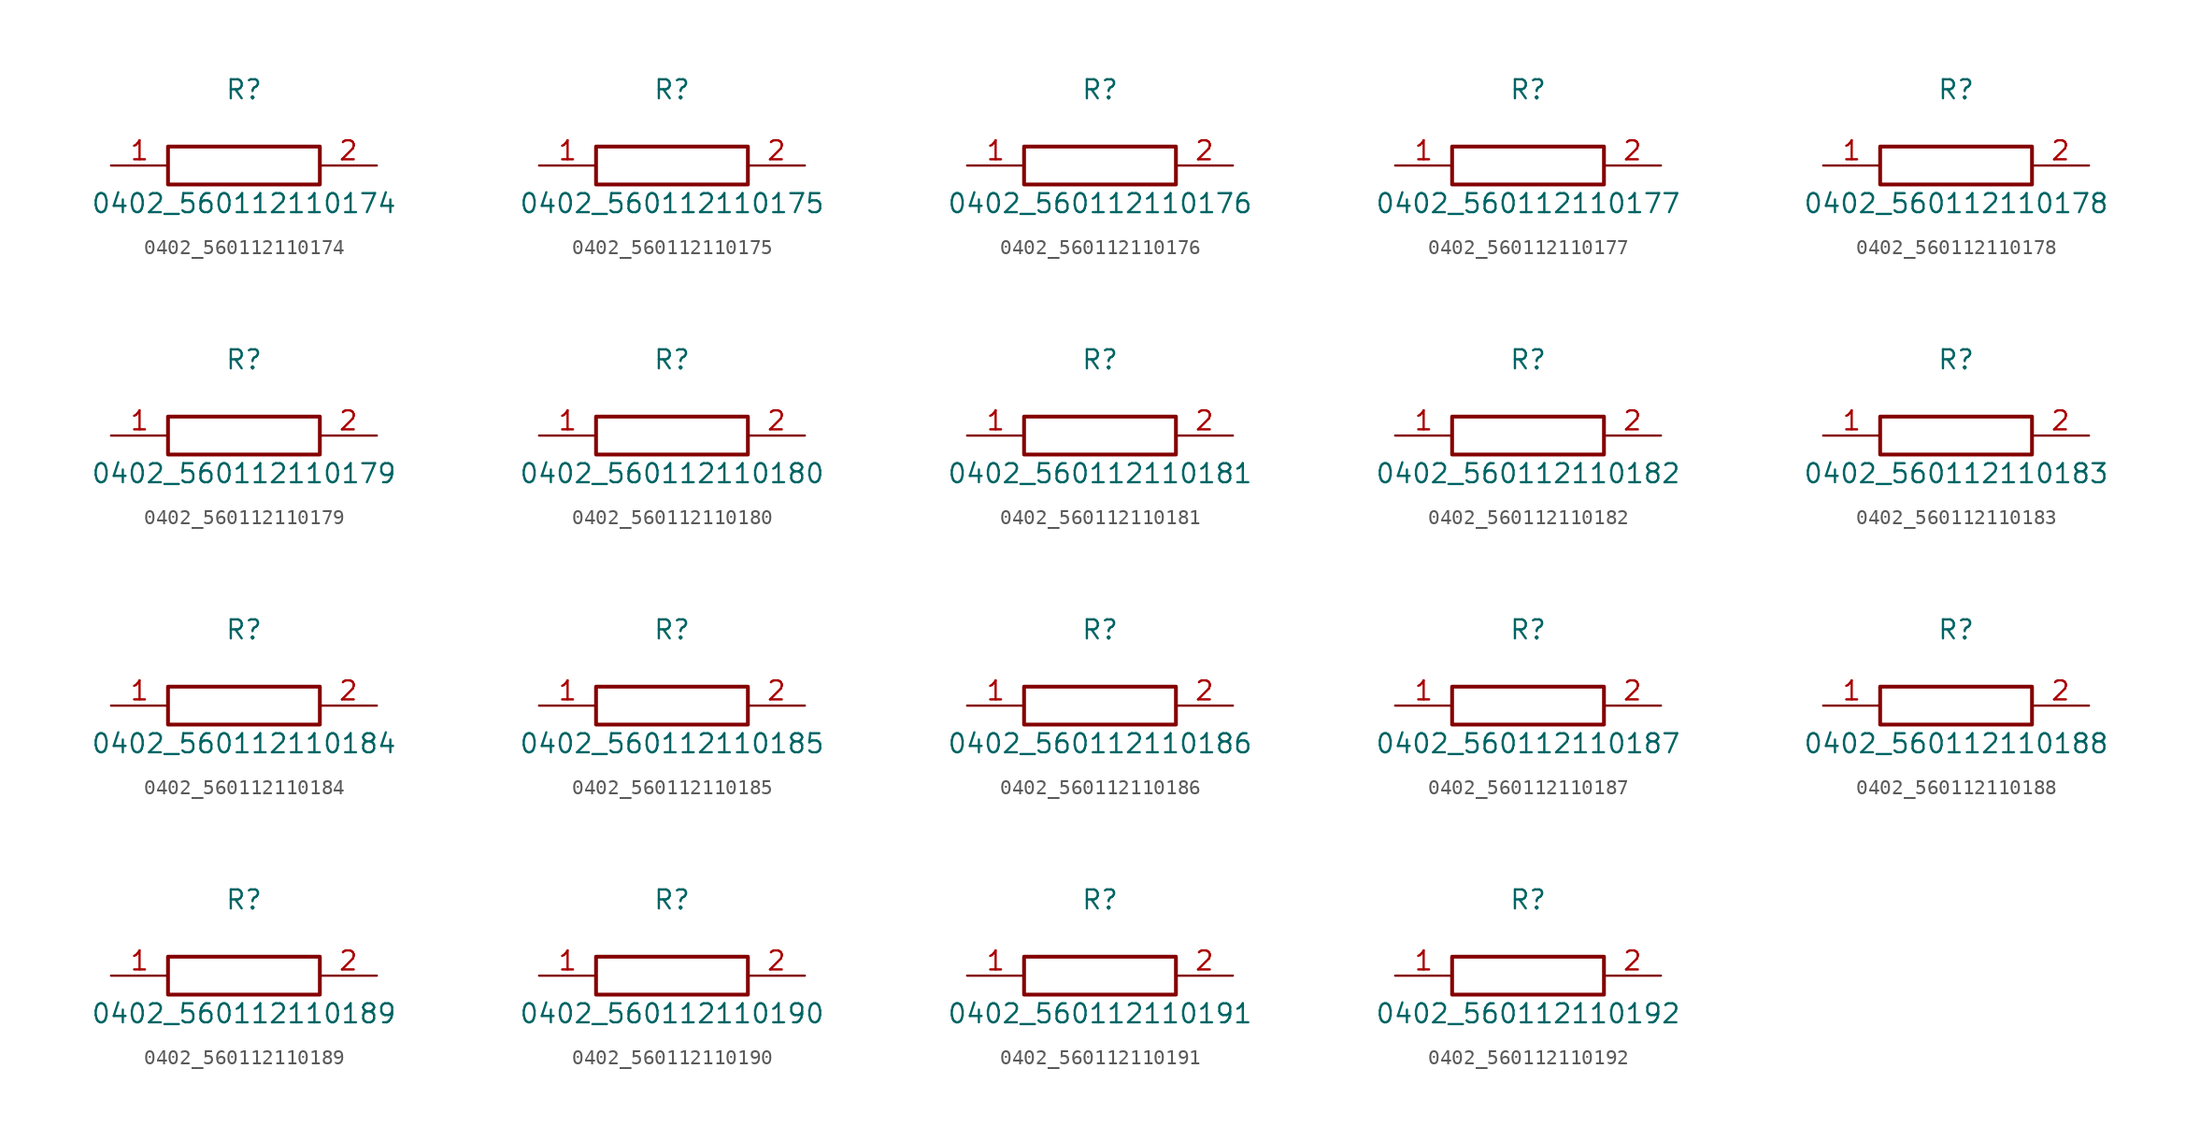
<source format=kicad_sym>
(kicad_symbol_lib
  (version 20211014)
  (generator kicad_symbol_editor)
  (symbol "Resistor_Wurth_WRIS-RSKS:0402_560112110174"
    (pin_names hide)
    (property "Reference" "R"
      (at 0 5.08 0)
      (effects (font (size 1.27 1.27))))
    (property "Value" "0402_560112110174"
      (at 0 -2.54 0)
      (effects (font (size 1.27 1.27))))
    (symbol "0402_560112110174_0_1"
      (rectangle (start -5.08 1.27) (end 5.08 -1.27) (stroke (width 0.254) (type solid)) (fill (type none)))
      (pin passive line (at -8.89 0 0) (length 3.81) (name "1" (effects (font (size 1.27 1.27)))) (number "1" (effects (font (size 1.27 1.27)))))
      (pin passive line (at 8.89 0 180) (length 3.81) (name "2" (effects (font (size 1.27 1.27)))) (number "2" (effects (font (size 1.27 1.27)))))))
  (symbol "Resistor_Wurth_WRIS-RSKS:0402_560112110175"
    (pin_names hide)
    (property "Reference" "R"
      (at 0 5.08 0)
      (effects (font (size 1.27 1.27))))
    (property "Value" "0402_560112110175"
      (at 0 -2.54 0)
      (effects (font (size 1.27 1.27))))
    (symbol "0402_560112110175_0_1"
      (rectangle (start -5.08 1.27) (end 5.08 -1.27) (stroke (width 0.254) (type solid)) (fill (type none)))
      (pin passive line (at -8.89 0 0) (length 3.81) (name "1" (effects (font (size 1.27 1.27)))) (number "1" (effects (font (size 1.27 1.27)))))
      (pin passive line (at 8.89 0 180) (length 3.81) (name "2" (effects (font (size 1.27 1.27)))) (number "2" (effects (font (size 1.27 1.27)))))))
  (symbol "Resistor_Wurth_WRIS-RSKS:0402_560112110176"
    (pin_names hide)
    (property "Reference" "R"
      (at 0 5.08 0)
      (effects (font (size 1.27 1.27))))
    (property "Value" "0402_560112110176"
      (at 0 -2.54 0)
      (effects (font (size 1.27 1.27))))
    (symbol "0402_560112110176_0_1"
      (rectangle (start -5.08 1.27) (end 5.08 -1.27) (stroke (width 0.254) (type solid)) (fill (type none)))
      (pin passive line (at -8.89 0 0) (length 3.81) (name "1" (effects (font (size 1.27 1.27)))) (number "1" (effects (font (size 1.27 1.27)))))
      (pin passive line (at 8.89 0 180) (length 3.81) (name "2" (effects (font (size 1.27 1.27)))) (number "2" (effects (font (size 1.27 1.27)))))))
  (symbol "Resistor_Wurth_WRIS-RSKS:0402_560112110177"
    (pin_names hide)
    (property "Reference" "R"
      (at 0 5.08 0)
      (effects (font (size 1.27 1.27))))
    (property "Value" "0402_560112110177"
      (at 0 -2.54 0)
      (effects (font (size 1.27 1.27))))
    (symbol "0402_560112110177_0_1"
      (rectangle (start -5.08 1.27) (end 5.08 -1.27) (stroke (width 0.254) (type solid)) (fill (type none)))
      (pin passive line (at -8.89 0 0) (length 3.81) (name "1" (effects (font (size 1.27 1.27)))) (number "1" (effects (font (size 1.27 1.27)))))
      (pin passive line (at 8.89 0 180) (length 3.81) (name "2" (effects (font (size 1.27 1.27)))) (number "2" (effects (font (size 1.27 1.27)))))))
  (symbol "Resistor_Wurth_WRIS-RSKS:0402_560112110178"
    (pin_names hide)
    (property "Reference" "R"
      (at 0 5.08 0)
      (effects (font (size 1.27 1.27))))
    (property "Value" "0402_560112110178"
      (at 0 -2.54 0)
      (effects (font (size 1.27 1.27))))
    (symbol "0402_560112110178_0_1"
      (rectangle (start -5.08 1.27) (end 5.08 -1.27) (stroke (width 0.254) (type solid)) (fill (type none)))
      (pin passive line (at -8.89 0 0) (length 3.81) (name "1" (effects (font (size 1.27 1.27)))) (number "1" (effects (font (size 1.27 1.27)))))
      (pin passive line (at 8.89 0 180) (length 3.81) (name "2" (effects (font (size 1.27 1.27)))) (number "2" (effects (font (size 1.27 1.27)))))))
  (symbol "Resistor_Wurth_WRIS-RSKS:0402_560112110179"
    (pin_names hide)
    (property "Reference" "R"
      (at 0 5.08 0)
      (effects (font (size 1.27 1.27))))
    (property "Value" "0402_560112110179"
      (at 0 -2.54 0)
      (effects (font (size 1.27 1.27))))
    (symbol "0402_560112110179_0_1"
      (rectangle (start -5.08 1.27) (end 5.08 -1.27) (stroke (width 0.254) (type solid)) (fill (type none)))
      (pin passive line (at -8.89 0 0) (length 3.81) (name "1" (effects (font (size 1.27 1.27)))) (number "1" (effects (font (size 1.27 1.27)))))
      (pin passive line (at 8.89 0 180) (length 3.81) (name "2" (effects (font (size 1.27 1.27)))) (number "2" (effects (font (size 1.27 1.27)))))))
  (symbol "Resistor_Wurth_WRIS-RSKS:0402_560112110180"
    (pin_names hide)
    (property "Reference" "R"
      (at 0 5.08 0)
      (effects (font (size 1.27 1.27))))
    (property "Value" "0402_560112110180"
      (at 0 -2.54 0)
      (effects (font (size 1.27 1.27))))
    (symbol "0402_560112110180_0_1"
      (rectangle (start -5.08 1.27) (end 5.08 -1.27) (stroke (width 0.254) (type solid)) (fill (type none)))
      (pin passive line (at -8.89 0 0) (length 3.81) (name "1" (effects (font (size 1.27 1.27)))) (number "1" (effects (font (size 1.27 1.27)))))
      (pin passive line (at 8.89 0 180) (length 3.81) (name "2" (effects (font (size 1.27 1.27)))) (number "2" (effects (font (size 1.27 1.27)))))))
  (symbol "Resistor_Wurth_WRIS-RSKS:0402_560112110181"
    (pin_names hide)
    (property "Reference" "R"
      (at 0 5.08 0)
      (effects (font (size 1.27 1.27))))
    (property "Value" "0402_560112110181"
      (at 0 -2.54 0)
      (effects (font (size 1.27 1.27))))
    (symbol "0402_560112110181_0_1"
      (rectangle (start -5.08 1.27) (end 5.08 -1.27) (stroke (width 0.254) (type solid)) (fill (type none)))
      (pin passive line (at -8.89 0 0) (length 3.81) (name "1" (effects (font (size 1.27 1.27)))) (number "1" (effects (font (size 1.27 1.27)))))
      (pin passive line (at 8.89 0 180) (length 3.81) (name "2" (effects (font (size 1.27 1.27)))) (number "2" (effects (font (size 1.27 1.27)))))))
  (symbol "Resistor_Wurth_WRIS-RSKS:0402_560112110182"
    (pin_names hide)
    (property "Reference" "R"
      (at 0 5.08 0)
      (effects (font (size 1.27 1.27))))
    (property "Value" "0402_560112110182"
      (at 0 -2.54 0)
      (effects (font (size 1.27 1.27))))
    (symbol "0402_560112110182_0_1"
      (rectangle (start -5.08 1.27) (end 5.08 -1.27) (stroke (width 0.254) (type solid)) (fill (type none)))
      (pin passive line (at -8.89 0 0) (length 3.81) (name "1" (effects (font (size 1.27 1.27)))) (number "1" (effects (font (size 1.27 1.27)))))
      (pin passive line (at 8.89 0 180) (length 3.81) (name "2" (effects (font (size 1.27 1.27)))) (number "2" (effects (font (size 1.27 1.27)))))))
  (symbol "Resistor_Wurth_WRIS-RSKS:0402_560112110183"
    (pin_names hide)
    (property "Reference" "R"
      (at 0 5.08 0)
      (effects (font (size 1.27 1.27))))
    (property "Value" "0402_560112110183"
      (at 0 -2.54 0)
      (effects (font (size 1.27 1.27))))
    (symbol "0402_560112110183_0_1"
      (rectangle (start -5.08 1.27) (end 5.08 -1.27) (stroke (width 0.254) (type solid)) (fill (type none)))
      (pin passive line (at -8.89 0 0) (length 3.81) (name "1" (effects (font (size 1.27 1.27)))) (number "1" (effects (font (size 1.27 1.27)))))
      (pin passive line (at 8.89 0 180) (length 3.81) (name "2" (effects (font (size 1.27 1.27)))) (number "2" (effects (font (size 1.27 1.27)))))))
  (symbol "Resistor_Wurth_WRIS-RSKS:0402_560112110184"
    (pin_names hide)
    (property "Reference" "R"
      (at 0 5.08 0)
      (effects (font (size 1.27 1.27))))
    (property "Value" "0402_560112110184"
      (at 0 -2.54 0)
      (effects (font (size 1.27 1.27))))
    (symbol "0402_560112110184_0_1"
      (rectangle (start -5.08 1.27) (end 5.08 -1.27) (stroke (width 0.254) (type solid)) (fill (type none)))
      (pin passive line (at -8.89 0 0) (length 3.81) (name "1" (effects (font (size 1.27 1.27)))) (number "1" (effects (font (size 1.27 1.27)))))
      (pin passive line (at 8.89 0 180) (length 3.81) (name "2" (effects (font (size 1.27 1.27)))) (number "2" (effects (font (size 1.27 1.27)))))))
  (symbol "Resistor_Wurth_WRIS-RSKS:0402_560112110185"
    (pin_names hide)
    (property "Reference" "R"
      (at 0 5.08 0)
      (effects (font (size 1.27 1.27))))
    (property "Value" "0402_560112110185"
      (at 0 -2.54 0)
      (effects (font (size 1.27 1.27))))
    (symbol "0402_560112110185_0_1"
      (rectangle (start -5.08 1.27) (end 5.08 -1.27) (stroke (width 0.254) (type solid)) (fill (type none)))
      (pin passive line (at -8.89 0 0) (length 3.81) (name "1" (effects (font (size 1.27 1.27)))) (number "1" (effects (font (size 1.27 1.27)))))
      (pin passive line (at 8.89 0 180) (length 3.81) (name "2" (effects (font (size 1.27 1.27)))) (number "2" (effects (font (size 1.27 1.27)))))))
  (symbol "Resistor_Wurth_WRIS-RSKS:0402_560112110186"
    (pin_names hide)
    (property "Reference" "R"
      (at 0 5.08 0)
      (effects (font (size 1.27 1.27))))
    (property "Value" "0402_560112110186"
      (at 0 -2.54 0)
      (effects (font (size 1.27 1.27))))
    (symbol "0402_560112110186_0_1"
      (rectangle (start -5.08 1.27) (end 5.08 -1.27) (stroke (width 0.254) (type solid)) (fill (type none)))
      (pin passive line (at -8.89 0 0) (length 3.81) (name "1" (effects (font (size 1.27 1.27)))) (number "1" (effects (font (size 1.27 1.27)))))
      (pin passive line (at 8.89 0 180) (length 3.81) (name "2" (effects (font (size 1.27 1.27)))) (number "2" (effects (font (size 1.27 1.27)))))))
  (symbol "Resistor_Wurth_WRIS-RSKS:0402_560112110187"
    (pin_names hide)
    (property "Reference" "R"
      (at 0 5.08 0)
      (effects (font (size 1.27 1.27))))
    (property "Value" "0402_560112110187"
      (at 0 -2.54 0)
      (effects (font (size 1.27 1.27))))
    (symbol "0402_560112110187_0_1"
      (rectangle (start -5.08 1.27) (end 5.08 -1.27) (stroke (width 0.254) (type solid)) (fill (type none)))
      (pin passive line (at -8.89 0 0) (length 3.81) (name "1" (effects (font (size 1.27 1.27)))) (number "1" (effects (font (size 1.27 1.27)))))
      (pin passive line (at 8.89 0 180) (length 3.81) (name "2" (effects (font (size 1.27 1.27)))) (number "2" (effects (font (size 1.27 1.27)))))))
  (symbol "Resistor_Wurth_WRIS-RSKS:0402_560112110188"
    (pin_names hide)
    (property "Reference" "R"
      (at 0 5.08 0)
      (effects (font (size 1.27 1.27))))
    (property "Value" "0402_560112110188"
      (at 0 -2.54 0)
      (effects (font (size 1.27 1.27))))
    (symbol "0402_560112110188_0_1"
      (rectangle (start -5.08 1.27) (end 5.08 -1.27) (stroke (width 0.254) (type solid)) (fill (type none)))
      (pin passive line (at -8.89 0 0) (length 3.81) (name "1" (effects (font (size 1.27 1.27)))) (number "1" (effects (font (size 1.27 1.27)))))
      (pin passive line (at 8.89 0 180) (length 3.81) (name "2" (effects (font (size 1.27 1.27)))) (number "2" (effects (font (size 1.27 1.27)))))))
  (symbol "Resistor_Wurth_WRIS-RSKS:0402_560112110189"
    (pin_names hide)
    (property "Reference" "R"
      (at 0 5.08 0)
      (effects (font (size 1.27 1.27))))
    (property "Value" "0402_560112110189"
      (at 0 -2.54 0)
      (effects (font (size 1.27 1.27))))
    (symbol "0402_560112110189_0_1"
      (rectangle (start -5.08 1.27) (end 5.08 -1.27) (stroke (width 0.254) (type solid)) (fill (type none)))
      (pin passive line (at -8.89 0 0) (length 3.81) (name "1" (effects (font (size 1.27 1.27)))) (number "1" (effects (font (size 1.27 1.27)))))
      (pin passive line (at 8.89 0 180) (length 3.81) (name "2" (effects (font (size 1.27 1.27)))) (number "2" (effects (font (size 1.27 1.27)))))))
  (symbol "Resistor_Wurth_WRIS-RSKS:0402_560112110190"
    (pin_names hide)
    (property "Reference" "R"
      (at 0 5.08 0)
      (effects (font (size 1.27 1.27))))
    (property "Value" "0402_560112110190"
      (at 0 -2.54 0)
      (effects (font (size 1.27 1.27))))
    (symbol "0402_560112110190_0_1"
      (rectangle (start -5.08 1.27) (end 5.08 -1.27) (stroke (width 0.254) (type solid)) (fill (type none)))
      (pin passive line (at -8.89 0 0) (length 3.81) (name "1" (effects (font (size 1.27 1.27)))) (number "1" (effects (font (size 1.27 1.27)))))
      (pin passive line (at 8.89 0 180) (length 3.81) (name "2" (effects (font (size 1.27 1.27)))) (number "2" (effects (font (size 1.27 1.27)))))))
  (symbol "Resistor_Wurth_WRIS-RSKS:0402_560112110191"
    (pin_names hide)
    (property "Reference" "R"
      (at 0 5.08 0)
      (effects (font (size 1.27 1.27))))
    (property "Value" "0402_560112110191"
      (at 0 -2.54 0)
      (effects (font (size 1.27 1.27))))
    (symbol "0402_560112110191_0_1"
      (rectangle (start -5.08 1.27) (end 5.08 -1.27) (stroke (width 0.254) (type solid)) (fill (type none)))
      (pin passive line (at -8.89 0 0) (length 3.81) (name "1" (effects (font (size 1.27 1.27)))) (number "1" (effects (font (size 1.27 1.27)))))
      (pin passive line (at 8.89 0 180) (length 3.81) (name "2" (effects (font (size 1.27 1.27)))) (number "2" (effects (font (size 1.27 1.27)))))))
  (symbol "Resistor_Wurth_WRIS-RSKS:0402_560112110192"
    (pin_names hide)
    (property "Reference" "R"
      (at 0 5.08 0)
      (effects (font (size 1.27 1.27))))
    (property "Value" "0402_560112110192"
      (at 0 -2.54 0)
      (effects (font (size 1.27 1.27))))
    (symbol "0402_560112110192_0_1"
      (rectangle (start -5.08 1.27) (end 5.08 -1.27) (stroke (width 0.254) (type solid)) (fill (type none)))
      (pin passive line (at -8.89 0 0) (length 3.81) (name "1" (effects (font (size 1.27 1.27)))) (number "1" (effects (font (size 1.27 1.27)))))
      (pin passive line (at 8.89 0 180) (length 3.81) (name "2" (effects (font (size 1.27 1.27)))) (number "2" (effects (font (size 1.27 1.27))))))))
</source>
